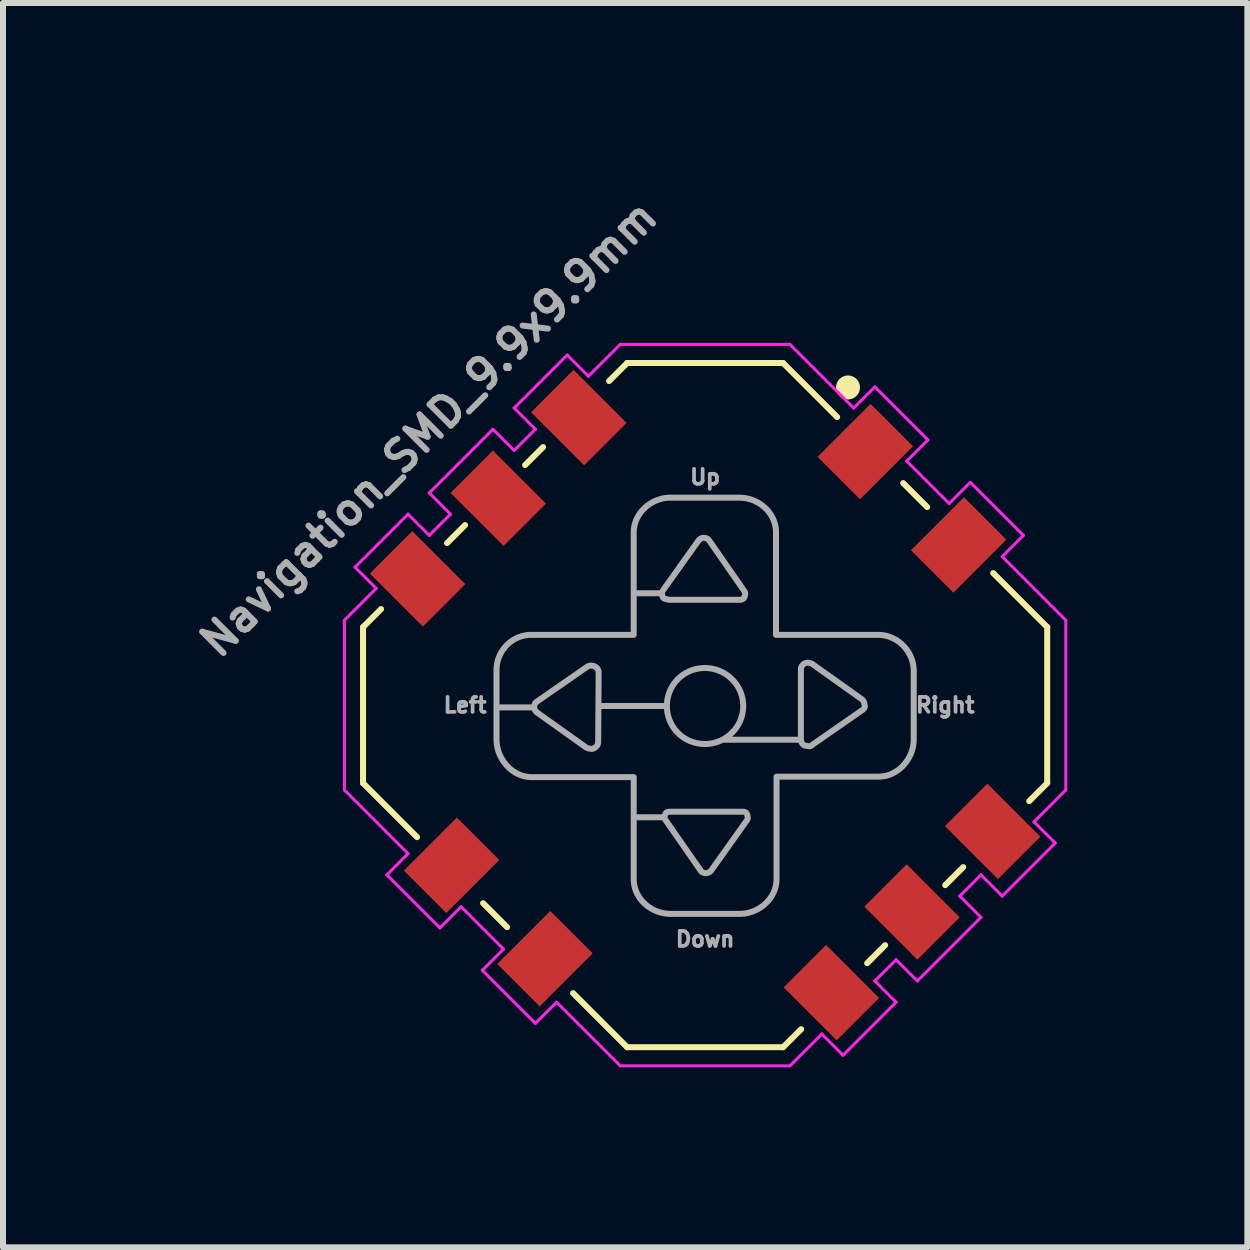
<source format=kicad_pcb>
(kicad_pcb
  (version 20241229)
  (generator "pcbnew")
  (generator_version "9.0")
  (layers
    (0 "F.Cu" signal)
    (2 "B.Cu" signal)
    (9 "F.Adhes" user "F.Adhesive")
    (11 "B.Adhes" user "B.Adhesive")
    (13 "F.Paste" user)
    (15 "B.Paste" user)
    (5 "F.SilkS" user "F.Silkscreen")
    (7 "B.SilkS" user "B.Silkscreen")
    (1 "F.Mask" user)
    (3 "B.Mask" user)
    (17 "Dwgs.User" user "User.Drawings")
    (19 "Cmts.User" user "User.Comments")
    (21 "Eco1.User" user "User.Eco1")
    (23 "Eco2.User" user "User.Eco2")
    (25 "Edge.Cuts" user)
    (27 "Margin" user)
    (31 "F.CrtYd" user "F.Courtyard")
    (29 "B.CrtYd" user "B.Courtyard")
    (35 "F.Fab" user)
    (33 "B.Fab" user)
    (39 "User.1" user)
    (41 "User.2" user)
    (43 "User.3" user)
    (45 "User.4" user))
  (footprint "Navigation_SMD_9.9x9.9mm"
    (layer "F.Cu")
    (at 8.699 8.699)
    (property "Reference" "Navigation_SMD_9.9x9.9mm" (at -4.4 -4.4 45) (layer "F.Fab") (effects (font (size 0.5 0.5) (thickness 0.1)) (justify bottom)))
    (attr smd)
    (fp_line (start -5.7 -1.3) (end -5.4 -1.6) (stroke (width 0.1) (type default)) (layer "F.SilkS"))
    (fp_line (start -5.7 1.3) (end -5.7 -1.3) (stroke (width 0.1) (type default)) (layer "F.SilkS"))
    (fp_line (start -4.8 2.2) (end -5.7 1.3) (stroke (width 0.1) (type default)) (layer "F.SilkS"))
    (fp_line (start -4 -3) (end -4.3 -2.7) (stroke (width 0.1) (type default)) (layer "F.SilkS"))
    (fp_line (start -3.3 3.7) (end -3.7 3.3) (stroke (width 0.1) (type default)) (layer "F.SilkS"))
    (fp_line (start -2.7 -4.3) (end -3 -4) (stroke (width 0.1) (type default)) (layer "F.SilkS"))
    (fp_line (start -1.6 -5.4) (end -1.3 -5.7) (stroke (width 0.1) (type default)) (layer "F.SilkS"))
    (fp_line (start -1.3 -5.7) (end 1.3 -5.7) (stroke (width 0.1) (type default)) (layer "F.SilkS"))
    (fp_line (start -1.3 5.7) (end -2.2 4.8) (stroke (width 0.1) (type default)) (layer "F.SilkS"))
    (fp_line (start 1.3 -5.7) (end 2.2 -4.8) (stroke (width 0.1) (type default)) (layer "F.SilkS"))
    (fp_line (start 1.3 5.7) (end -1.3 5.7) (stroke (width 0.1) (type default)) (layer "F.SilkS"))
    (fp_line (start 1.6 5.4) (end 1.3 5.7) (stroke (width 0.1) (type default)) (layer "F.SilkS"))
    (fp_line (start 3 4) (end 2.7 4.3) (stroke (width 0.1) (type default)) (layer "F.SilkS"))
    (fp_line (start 3.3 -3.7) (end 3.7 -3.3) (stroke (width 0.1) (type default)) (layer "F.SilkS"))
    (fp_line (start 4.3 2.7) (end 4 3) (stroke (width 0.1) (type default)) (layer "F.SilkS"))
    (fp_line (start 4.8 -2.2) (end 5.7 -1.3) (stroke (width 0.1) (type default)) (layer "F.SilkS"))
    (fp_line (start 5.7 -1.3) (end 5.7 1.3) (stroke (width 0.1) (type default)) (layer "F.SilkS"))
    (fp_line (start 5.7 1.3) (end 5.4 1.6) (stroke (width 0.1) (type default)) (layer "F.SilkS"))
    (fp_circle (center 2.381 -5.293) (end 2.281 -5.293) (stroke (width 0.2) (type solid)) (fill yes) (layer "F.SilkS"))
    (fp_line (start -6.01 -1.414) (end -5.48 -1.945) (stroke (width 0.05) (type default)) (layer "F.CrtYd"))
    (fp_line (start -6.01 1.414) (end -6.01 -1.414) (stroke (width 0.05) (type default)) (layer "F.CrtYd"))
    (fp_line (start -5.834 -2.298) (end -4.95 -3.182) (stroke (width 0.05) (type default)) (layer "F.CrtYd"))
    (fp_line (start -5.48 -1.945) (end -5.834 -2.298) (stroke (width 0.05) (type default)) (layer "F.CrtYd"))
    (fp_line (start -5.303 2.828) (end -4.95 2.475) (stroke (width 0.05) (type default)) (layer "F.CrtYd"))
    (fp_line (start -4.95 -3.182) (end -4.596 -2.828) (stroke (width 0.05) (type default)) (layer "F.CrtYd"))
    (fp_line (start -4.95 2.475) (end -6.01 1.414) (stroke (width 0.05) (type default)) (layer "F.CrtYd"))
    (fp_line (start -4.596 -3.536) (end -3.536 -4.596) (stroke (width 0.05) (type default)) (layer "F.CrtYd"))
    (fp_line (start -4.596 -2.828) (end -4.243 -3.182) (stroke (width 0.05) (type default)) (layer "F.CrtYd"))
    (fp_line (start -4.419 3.712) (end -5.303 2.828) (stroke (width 0.05) (type default)) (layer "F.CrtYd"))
    (fp_line (start -4.243 -3.182) (end -4.596 -3.536) (stroke (width 0.05) (type default)) (layer "F.CrtYd"))
    (fp_line (start -4.066 3.359) (end -4.419 3.712) (stroke (width 0.05) (type default)) (layer "F.CrtYd"))
    (fp_line (start -3.712 4.419) (end -3.359 4.066) (stroke (width 0.05) (type default)) (layer "F.CrtYd"))
    (fp_line (start -3.536 -4.596) (end -3.182 -4.243) (stroke (width 0.05) (type default)) (layer "F.CrtYd"))
    (fp_line (start -3.359 4.066) (end -4.066 3.359) (stroke (width 0.05) (type default)) (layer "F.CrtYd"))
    (fp_line (start -3.182 -4.95) (end -2.298 -5.834) (stroke (width 0.05) (type default)) (layer "F.CrtYd"))
    (fp_line (start -3.182 -4.243) (end -2.828 -4.596) (stroke (width 0.05) (type default)) (layer "F.CrtYd"))
    (fp_line (start -2.828 -4.596) (end -3.182 -4.95) (stroke (width 0.05) (type default)) (layer "F.CrtYd"))
    (fp_line (start -2.828 5.303) (end -3.712 4.419) (stroke (width 0.05) (type default)) (layer "F.CrtYd"))
    (fp_line (start -2.475 4.95) (end -2.828 5.303) (stroke (width 0.05) (type default)) (layer "F.CrtYd"))
    (fp_line (start -2.298 -5.834) (end -1.945 -5.48) (stroke (width 0.05) (type default)) (layer "F.CrtYd"))
    (fp_line (start -1.945 -5.48) (end -1.414 -6.01) (stroke (width 0.05) (type default)) (layer "F.CrtYd"))
    (fp_line (start -1.414 -6.01) (end 1.414 -6.01) (stroke (width 0.05) (type default)) (layer "F.CrtYd"))
    (fp_line (start -1.414 6.01) (end -2.475 4.95) (stroke (width 0.05) (type default)) (layer "F.CrtYd"))
    (fp_line (start 1.414 -6.01) (end 2.475 -4.95) (stroke (width 0.05) (type default)) (layer "F.CrtYd"))
    (fp_line (start 1.414 6.01) (end -1.414 6.01) (stroke (width 0.05) (type default)) (layer "F.CrtYd"))
    (fp_line (start 1.945 5.48) (end 1.414 6.01) (stroke (width 0.05) (type default)) (layer "F.CrtYd"))
    (fp_line (start 2.298 5.834) (end 1.945 5.48) (stroke (width 0.05) (type default)) (layer "F.CrtYd"))
    (fp_line (start 2.475 -4.95) (end 2.828 -5.303) (stroke (width 0.05) (type default)) (layer "F.CrtYd"))
    (fp_line (start 2.828 -5.303) (end 3.712 -4.419) (stroke (width 0.05) (type default)) (layer "F.CrtYd"))
    (fp_line (start 2.828 4.596) (end 3.182 4.95) (stroke (width 0.05) (type default)) (layer "F.CrtYd"))
    (fp_line (start 3.182 4.243) (end 2.828 4.596) (stroke (width 0.05) (type default)) (layer "F.CrtYd"))
    (fp_line (start 3.182 4.95) (end 2.298 5.834) (stroke (width 0.05) (type default)) (layer "F.CrtYd"))
    (fp_line (start 3.359 -4.066) (end 4.066 -3.359) (stroke (width 0.05) (type default)) (layer "F.CrtYd"))
    (fp_line (start 3.536 4.596) (end 3.182 4.243) (stroke (width 0.05) (type default)) (layer "F.CrtYd"))
    (fp_line (start 3.712 -4.419) (end 3.359 -4.066) (stroke (width 0.05) (type default)) (layer "F.CrtYd"))
    (fp_line (start 4.066 -3.359) (end 4.419 -3.712) (stroke (width 0.05) (type default)) (layer "F.CrtYd"))
    (fp_line (start 4.243 3.182) (end 4.596 3.536) (stroke (width 0.05) (type default)) (layer "F.CrtYd"))
    (fp_line (start 4.419 -3.712) (end 5.303 -2.828) (stroke (width 0.05) (type default)) (layer "F.CrtYd"))
    (fp_line (start 4.596 2.828) (end 4.243 3.182) (stroke (width 0.05) (type default)) (layer "F.CrtYd"))
    (fp_line (start 4.596 3.536) (end 3.536 4.596) (stroke (width 0.05) (type default)) (layer "F.CrtYd"))
    (fp_line (start 4.95 -2.475) (end 6.01 -1.414) (stroke (width 0.05) (type default)) (layer "F.CrtYd"))
    (fp_line (start 4.95 3.182) (end 4.596 2.828) (stroke (width 0.05) (type default)) (layer "F.CrtYd"))
    (fp_line (start 5.303 -2.828) (end 4.95 -2.475) (stroke (width 0.05) (type default)) (layer "F.CrtYd"))
    (fp_line (start 5.48 1.945) (end 5.834 2.298) (stroke (width 0.05) (type default)) (layer "F.CrtYd"))
    (fp_line (start 5.834 2.298) (end 4.95 3.182) (stroke (width 0.05) (type default)) (layer "F.CrtYd"))
    (fp_line (start 6.01 1.414) (end 5.48 1.945) (stroke (width 0.05) (type default)) (layer "F.CrtYd"))
    (fp_line (start 6.01 1.414) (end 6.01 -1.414) (stroke (width 0.05) (type default)) (layer "F.CrtYd"))
    (fp_poly (pts (xy 0.602 -3.456) (xy 0.631 -3.454) (xy 0.661 -3.45) (xy 0.69 -3.445) (xy 0.719 -3.439) (xy 0.747 -3.431) (xy 0.775 -3.422) (xy 0.802 -3.412) (xy 0.829 -3.401) (xy 0.855 -3.388) (xy 0.881 -3.374) (xy 0.906 -3.359) (xy 0.93 -3.343) (xy 0.953 -3.326) (xy 0.975 -3.308) (xy 0.997 -3.289) (xy 1.017 -3.27) (xy 1.037 -3.249) (xy 1.056 -3.227) (xy 1.073 -3.205) (xy 1.089 -3.181) (xy 1.104 -3.157) (xy 1.118 -3.132) (xy 1.131 -3.107) (xy 1.142 -3.08) (xy 1.152 -3.054) (xy 1.161 -3.026) (xy 1.168 -2.998) (xy 1.174 -2.969) (xy 1.178 -2.94) (xy 1.18 -2.911) (xy 1.181 -2.881) (xy 1.181 -1.171) (xy 2.883 -1.171) (xy 2.883 -1.171) (xy 2.883 -1.171) (xy 2.883 -1.171) (xy 2.913 -1.17) (xy 2.942 -1.168) (xy 2.972 -1.164) (xy 3 -1.158) (xy 3.029 -1.152) (xy 3.056 -1.144) (xy 3.084 -1.134) (xy 3.11 -1.123) (xy 3.136 -1.111) (xy 3.161 -1.098) (xy 3.186 -1.084) (xy 3.21 -1.068) (xy 3.233 -1.052) (xy 3.255 -1.034) (xy 3.276 -1.016) (xy 3.297 -0.996) (xy 3.316 -0.976) (xy 3.335 -0.954) (xy 3.353 -0.932) (xy 3.369 -0.909) (xy 3.385 -0.885) (xy 3.399 -0.861) (xy 3.412 -0.836) (xy 3.425 -0.81) (xy 3.436 -0.784) (xy 3.445 -0.757) (xy 3.454 -0.729) (xy 3.461 -0.702) (xy 3.467 -0.673) (xy 3.471 -0.645) (xy 3.474 -0.616) (xy 3.476 -0.586) (xy 3.476 0.573) (xy 3.475 0.604) (xy 3.473 0.633) (xy 3.469 0.663) (xy 3.464 0.692) (xy 3.457 0.721) (xy 3.449 0.75) (xy 3.44 0.778) (xy 3.43 0.806) (xy 3.418 0.833) (xy 3.405 0.859) (xy 3.391 0.885) (xy 3.376 0.91) (xy 3.359 0.935) (xy 3.342 0.958) (xy 3.323 0.981) (xy 3.304 1.003) (xy 3.284 1.024) (xy 3.263 1.044) (xy 3.241 1.063) (xy 3.218 1.081) (xy 3.194 1.097) (xy 3.169 1.113) (xy 3.144 1.127) (xy 3.118 1.14) (xy 3.092 1.152) (xy 3.065 1.162) (xy 3.037 1.171) (xy 3.009 1.178) (xy 2.98 1.184) (xy 2.951 1.188) (xy 2.921 1.191) (xy 2.891 1.192) (xy 1.19 1.192) (xy 1.19 2.902) (xy 1.189 2.931) (xy 1.186 2.96) (xy 1.182 2.988) (xy 1.177 3.016) (xy 1.169 3.044) (xy 1.161 3.071) (xy 1.151 3.098) (xy 1.14 3.124) (xy 1.127 3.149) (xy 1.113 3.174) (xy 1.098 3.198) (xy 1.082 3.222) (xy 1.064 3.244) (xy 1.046 3.266) (xy 1.026 3.287) (xy 1.005 3.307) (xy 0.984 3.326) (xy 0.962 3.345) (xy 0.938 3.362) (xy 0.914 3.378) (xy 0.889 3.393) (xy 0.864 3.407) (xy 0.838 3.42) (xy 0.811 3.432) (xy 0.784 3.442) (xy 0.756 3.451) (xy 0.727 3.459) (xy 0.699 3.466) (xy 0.669 3.471) (xy 0.64 3.475) (xy 0.61 3.477) (xy 0.58 3.478) (xy -0.58 3.478) (xy -0.61 3.477) (xy -0.64 3.475) (xy -0.669 3.471) (xy -0.699 3.466) (xy -0.727 3.46) (xy -0.756 3.452) (xy -0.784 3.443) (xy -0.811 3.433) (xy -0.838 3.421) (xy -0.864 3.409) (xy -0.889 3.395) (xy -0.914 3.38) (xy -0.938 3.364) (xy -0.962 3.347) (xy -0.984 3.329) (xy -1.005 3.31) (xy -1.026 3.29) (xy -1.046 3.27) (xy -1.064 3.248) (xy -1.082 3.225) (xy -1.098 3.202) (xy -1.113 3.178) (xy -1.127 3.153) (xy -1.14 3.127) (xy -1.151 3.101) (xy -1.161 3.074) (xy -1.169 3.047) (xy -1.177 3.019) (xy -1.182 2.99) (xy -1.186 2.961) (xy -1.189 2.932) (xy -1.19 2.902) (xy -1.19 1.866) (xy -0.676 1.866) (xy -0.676 1.869) (xy -0.676 1.872) (xy -0.676 1.875) (xy -0.676 1.878) (xy -0.675 1.881) (xy -0.675 1.884) (xy -0.674 1.887) (xy -0.673 1.89) (xy -0.672 1.893) (xy -0.671 1.895) (xy -0.668 1.901) (xy -0.665 1.907) (xy -0.661 1.913) (xy -0.656 1.92) (xy -0.08 2.749) (xy -0.079 2.753) (xy -0.077 2.756) (xy -0.075 2.758) (xy -0.073 2.761) (xy -0.071 2.764) (xy -0.068 2.767) (xy -0.064 2.772) (xy -0.058 2.776) (xy -0.053 2.78) (xy -0.047 2.784) (xy -0.04 2.787) (xy -0.034 2.79) (xy -0.027 2.793) (xy -0.021 2.795) (xy -0.014 2.797) (xy -0.007 2.798) (xy -0.000378 2.799) (xy 0.006 2.8) (xy 0.013 2.8) (xy 0.019 2.8) (xy 0.025 2.799) (xy 0.032 2.798) (xy 0.038 2.797) (xy 0.044 2.795) (xy 0.05 2.793) (xy 0.056 2.79) (xy 0.062 2.787) (xy 0.068 2.784) (xy 0.074 2.78) (xy 0.08 2.776) (xy 0.085 2.772) (xy 0.091 2.767) (xy 0.096 2.761) (xy 0.101 2.756) (xy 0.106 2.749) (xy 0.69 1.928) (xy 0.69 1.928) (xy 0.69 1.928) (xy 0.69 1.928) (xy 0.694 1.922) (xy 0.698 1.916) (xy 0.702 1.91) (xy 0.704 1.904) (xy 0.707 1.898) (xy 0.708 1.892) (xy 0.709 1.886) (xy 0.71 1.879) (xy 0.71 1.873) (xy 0.71 1.866) (xy 0.709 1.859) (xy 0.708 1.852) (xy 0.706 1.844) (xy 0.704 1.836) (xy 0.701 1.827) (xy 0.698 1.818) (xy 0.697 1.814) (xy 0.695 1.811) (xy 0.693 1.807) (xy 0.691 1.804) (xy 0.689 1.801) (xy 0.687 1.798) (xy 0.685 1.796) (xy 0.683 1.794) (xy 0.68 1.791) (xy 0.678 1.789) (xy 0.675 1.788) (xy 0.672 1.786) (xy 0.669 1.785) (xy 0.666 1.783) (xy 0.66 1.781) (xy 0.654 1.779) (xy 0.647 1.778) (xy 0.64 1.777) (xy 0.632 1.776) (xy 0.624 1.776) (xy 0.615 1.776) (xy 0.597 1.776) (xy -0.563 1.776) (xy -0.581 1.776) (xy -0.59 1.776) (xy -0.598 1.776) (xy -0.606 1.777) (xy -0.613 1.778) (xy -0.617 1.779) (xy -0.62 1.779) (xy -0.623 1.78) (xy -0.627 1.781) (xy -0.63 1.782) (xy -0.633 1.783) (xy -0.636 1.785) (xy -0.638 1.786) (xy -0.641 1.788) (xy -0.644 1.789) (xy -0.646 1.791) (xy -0.649 1.794) (xy -0.651 1.796) (xy -0.653 1.798) (xy -0.656 1.801) (xy -0.658 1.804) (xy -0.659 1.807) (xy -0.661 1.811) (xy -0.663 1.814) (xy -0.665 1.818) (xy -0.668 1.826) (xy -0.67 1.833) (xy -0.672 1.84) (xy -0.674 1.847) (xy -0.675 1.854) (xy -0.676 1.86) (xy -0.676 1.866) (xy -1.19 1.866) (xy -1.19 1.2) (xy -2.9 1.2) (xy -2.93 1.198) (xy -2.959 1.195) (xy -2.988 1.19) (xy -3.017 1.184) (xy -3.045 1.176) (xy -3.072 1.167) (xy -3.099 1.156) (xy -3.126 1.144) (xy -3.151 1.13) (xy -3.176 1.116) (xy -3.2 1.1) (xy -3.223 1.083) (xy -3.246 1.065) (xy -3.268 1.046) (xy -3.288 1.025) (xy -3.308 1.004) (xy -3.327 0.982) (xy -3.345 0.959) (xy -3.362 0.935) (xy -3.378 0.911) (xy -3.393 0.886) (xy -3.407 0.86) (xy -3.419 0.833) (xy -3.431 0.806) (xy -3.441 0.778) (xy -3.45 0.75) (xy -3.458 0.721) (xy -3.464 0.692) (xy -3.469 0.663) (xy -3.473 0.633) (xy -3.475 0.604) (xy -3.476 0.573) (xy -3.476 0.032) (xy -2.849 0.032) (xy -2.849 0.038) (xy -2.848 0.044) (xy -2.847 0.051) (xy -2.846 0.057) (xy -2.844 0.063) (xy -2.842 0.069) (xy -2.839 0.075) (xy -2.836 0.081) (xy -2.833 0.087) (xy -2.829 0.093) (xy -2.825 0.099) (xy -2.82 0.104) (xy -2.816 0.11) (xy -2.81 0.115) (xy -2.804 0.12) (xy -2.798 0.125) (xy -1.977 0.709) (xy -1.97 0.712) (xy -1.963 0.715) (xy -1.959 0.717) (xy -1.955 0.718) (xy -1.951 0.719) (xy -1.946 0.721) (xy -1.942 0.722) (xy -1.937 0.723) (xy -1.933 0.724) (xy -1.928 0.724) (xy -1.923 0.725) (xy -1.919 0.725) (xy -1.914 0.726) (xy -1.909 0.726) (xy -1.908 0.727) (xy -1.906 0.727) (xy -1.904 0.728) (xy -1.903 0.728) (xy -1.901 0.729) (xy -1.899 0.729) (xy -1.895 0.729) (xy -1.891 0.729) (xy -1.888 0.729) (xy -1.884 0.729) (xy -1.88 0.728) (xy -1.876 0.727) (xy -1.872 0.726) (xy -1.868 0.725) (xy -1.864 0.723) (xy -1.86 0.722) (xy -1.857 0.721) (xy -1.853 0.719) (xy -1.85 0.717) (xy -1.844 0.714) (xy -1.837 0.71) (xy -1.831 0.706) (xy -1.825 0.702) (xy -1.819 0.697) (xy -1.814 0.691) (xy -1.808 0.685) (xy -1.803 0.679) (xy -1.799 0.673) (xy -1.795 0.666) (xy -1.791 0.658) (xy -1.788 0.651) (xy -1.787 0.647) (xy -1.786 0.643) (xy -1.785 0.638) (xy -1.784 0.634) (xy -1.783 0.63) (xy -1.783 0.625) (xy -1.782 0.62) (xy -1.782 0.616) (xy -1.778 0.015) (xy -0.637 0.015) (xy -0.636 0.045) (xy -0.634 0.076) (xy -0.631 0.106) (xy -0.626 0.136) (xy -0.619 0.166) (xy -0.611 0.196) (xy -0.602 0.225) (xy -0.591 0.254) (xy -0.579 0.283) (xy -0.565 0.31) (xy -0.55 0.338) (xy -0.534 0.364) (xy -0.516 0.39) (xy -0.496 0.416) (xy -0.475 0.44) (xy -0.453 0.463) (xy -0.43 0.486) (xy -0.405 0.507) (xy -0.38 0.526) (xy -0.354 0.544) (xy -0.327 0.56) (xy -0.3 0.576) (xy -0.272 0.589) (xy -0.244 0.602) (xy -0.215 0.612) (xy -0.185 0.622) (xy -0.156 0.63) (xy -0.126 0.636) (xy -0.096 0.641) (xy -0.065 0.645) (xy -0.035 0.647) (xy -0.004 0.648) (xy 0.026 0.647) (xy 0.057 0.645) (xy 0.087 0.641) (xy 0.117 0.636) (xy 0.147 0.63) (xy 0.177 0.622) (xy 0.206 0.612) (xy 0.235 0.602) (xy 0.264 0.589) (xy 0.292 0.576) (xy 0.295 0.573) (xy 1.596 0.573) (xy 1.596 0.577) (xy 1.596 0.581) (xy 1.597 0.585) (xy 1.597 0.589) (xy 1.598 0.593) (xy 1.599 0.597) (xy 1.599 0.601) (xy 1.601 0.605) (xy 1.602 0.609) (xy 1.603 0.612) (xy 1.605 0.616) (xy 1.606 0.62) (xy 1.608 0.623) (xy 1.61 0.627) (xy 1.612 0.63) (xy 1.614 0.634) (xy 1.616 0.637) (xy 1.619 0.64) (xy 1.621 0.644) (xy 1.624 0.647) (xy 1.626 0.65) (xy 1.629 0.653) (xy 1.632 0.655) (xy 1.635 0.658) (xy 1.638 0.661) (xy 1.642 0.663) (xy 1.645 0.665) (xy 1.649 0.668) (xy 1.652 0.67) (xy 1.656 0.672) (xy 1.66 0.673) (xy 1.664 0.675) (xy 1.667 0.675) (xy 1.671 0.675) (xy 1.675 0.676) (xy 1.679 0.676) (xy 1.688 0.678) (xy 1.696 0.679) (xy 1.712 0.682) (xy 1.719 0.683) (xy 1.721 0.683) (xy 1.723 0.684) (xy 1.725 0.684) (xy 1.728 0.685) (xy 1.73 0.685) (xy 1.732 0.686) (xy 1.735 0.686) (xy 1.737 0.686) (xy 1.739 0.686) (xy 1.742 0.686) (xy 1.744 0.685) (xy 1.746 0.685) (xy 1.749 0.684) (xy 1.751 0.684) (xy 1.753 0.683) (xy 1.756 0.682) (xy 1.76 0.68) (xy 1.764 0.678) (xy 1.768 0.676) (xy 1.773 0.673) (xy 1.777 0.67) (xy 1.78 0.667) (xy 1.784 0.664) (xy 1.787 0.661) (xy 1.791 0.658) (xy 2.62 0.082) (xy 2.62 0.082) (xy 2.62 0.082) (xy 2.62 0.082) (xy 2.62 0.082) (xy 2.62 0.082) (xy 2.62 0.082) (xy 2.62 0.082) (xy 2.627 0.078) (xy 2.632 0.073) (xy 2.638 0.068) (xy 2.642 0.063) (xy 2.647 0.058) (xy 2.65 0.053) (xy 2.652 0.05) (xy 2.654 0.048) (xy 2.655 0.045) (xy 2.656 0.042) (xy 2.658 0.039) (xy 2.658 0.036) (xy 2.659 0.034) (xy 2.66 0.031) (xy 2.66 0.028) (xy 2.661 0.024) (xy 2.661 0.021) (xy 2.661 0.018) (xy 2.661 0.015) (xy 2.66 0.011) (xy 2.66 0.008) (xy 2.659 0.004) (xy 2.658 0.001) (xy 2.657 -0.003) (xy 2.656 -0.007) (xy 2.654 -0.011) (xy 2.654 -0.017) (xy 2.653 -0.023) (xy 2.652 -0.03) (xy 2.651 -0.036) (xy 2.649 -0.042) (xy 2.647 -0.048) (xy 2.645 -0.055) (xy 2.642 -0.06) (xy 2.638 -0.066) (xy 2.634 -0.072) (xy 2.63 -0.078) (xy 2.626 -0.083) (xy 2.621 -0.089) (xy 2.615 -0.094) (xy 2.61 -0.099) (xy 2.603 -0.104) (xy 1.782 -0.688) (xy 1.776 -0.691) (xy 1.769 -0.694) (xy 1.762 -0.697) (xy 1.755 -0.699) (xy 1.748 -0.701) (xy 1.741 -0.703) (xy 1.734 -0.704) (xy 1.726 -0.705) (xy 1.719 -0.706) (xy 1.711 -0.706) (xy 1.703 -0.706) (xy 1.695 -0.705) (xy 1.687 -0.704) (xy 1.68 -0.702) (xy 1.672 -0.699) (xy 1.664 -0.697) (xy 1.657 -0.693) (xy 1.651 -0.689) (xy 1.645 -0.685) (xy 1.639 -0.681) (xy 1.633 -0.676) (xy 1.627 -0.67) (xy 1.622 -0.665) (xy 1.617 -0.658) (xy 1.613 -0.652) (xy 1.608 -0.645) (xy 1.605 -0.638) (xy 1.602 -0.63) (xy 1.6 -0.626) (xy 1.599 -0.622) (xy 1.598 -0.618) (xy 1.597 -0.613) (xy 1.597 -0.609) (xy 1.596 -0.604) (xy 1.596 -0.6) (xy 1.596 -0.595) (xy 1.596 0.573) (xy 0.295 0.573) (xy 0.319 0.56) (xy 0.345 0.544) (xy 0.371 0.526) (xy 0.397 0.507) (xy 0.421 0.486) (xy 0.444 0.463) (xy 0.468 0.44) (xy 0.489 0.416) (xy 0.509 0.39) (xy 0.528 0.364) (xy 0.545 0.338) (xy 0.561 0.31) (xy 0.575 0.283) (xy 0.587 0.254) (xy 0.599 0.225) (xy 0.608 0.196) (xy 0.616 0.166) (xy 0.623 0.136) (xy 0.628 0.106) (xy 0.632 0.076) (xy 0.634 0.045) (xy 0.635 0.015) (xy 0.634 -0.016) (xy 0.632 -0.046) (xy 0.628 -0.077) (xy 0.623 -0.107) (xy 0.616 -0.137) (xy 0.608 -0.167) (xy 0.599 -0.196) (xy 0.587 -0.225) (xy 0.575 -0.253) (xy 0.561 -0.281) (xy 0.545 -0.308) (xy 0.528 -0.335) (xy 0.509 -0.361) (xy 0.489 -0.386) (xy 0.468 -0.411) (xy 0.444 -0.434) (xy 0.421 -0.456) (xy 0.397 -0.477) (xy 0.371 -0.497) (xy 0.345 -0.515) (xy 0.319 -0.531) (xy 0.292 -0.546) (xy 0.264 -0.56) (xy 0.235 -0.572) (xy 0.206 -0.583) (xy 0.177 -0.592) (xy 0.147 -0.6) (xy 0.117 -0.607) (xy 0.087 -0.612) (xy 0.057 -0.615) (xy 0.026 -0.618) (xy -0.004 -0.618) (xy -0.035 -0.618) (xy -0.065 -0.615) (xy -0.096 -0.612) (xy -0.126 -0.607) (xy -0.156 -0.6) (xy -0.185 -0.592) (xy -0.215 -0.583) (xy -0.244 -0.572) (xy -0.272 -0.56) (xy -0.3 -0.546) (xy -0.327 -0.531) (xy -0.354 -0.515) (xy -0.38 -0.497) (xy -0.405 -0.477) (xy -0.43 -0.456) (xy -0.453 -0.434) (xy -0.475 -0.411) (xy -0.496 -0.386) (xy -0.516 -0.361) (xy -0.534 -0.335) (xy -0.55 -0.308) (xy -0.565 -0.281) (xy -0.579 -0.253) (xy -0.591 -0.225) (xy -0.602 -0.196) (xy -0.611 -0.167) (xy -0.619 -0.137) (xy -0.626 -0.107) (xy -0.631 -0.077) (xy -0.634 -0.046) (xy -0.636 -0.016) (xy -0.637 0.015) (xy -1.778 0.015) (xy -1.774 -0.544) (xy -1.774 -0.548) (xy -1.774 -0.552) (xy -1.774 -0.556) (xy -1.775 -0.56) (xy -1.776 -0.564) (xy -1.776 -0.568) (xy -1.777 -0.572) (xy -1.778 -0.575) (xy -1.78 -0.579) (xy -1.781 -0.583) (xy -1.782 -0.587) (xy -1.784 -0.59) (xy -1.786 -0.594) (xy -1.788 -0.598) (xy -1.79 -0.601) (xy -1.792 -0.604) (xy -1.794 -0.608) (xy -1.796 -0.611) (xy -1.799 -0.614) (xy -1.801 -0.617) (xy -1.804 -0.62) (xy -1.807 -0.623) (xy -1.81 -0.626) (xy -1.813 -0.629) (xy -1.816 -0.631) (xy -1.82 -0.634) (xy -1.823 -0.636) (xy -1.826 -0.638) (xy -1.83 -0.64) (xy -1.834 -0.642) (xy -1.838 -0.644) (xy -1.842 -0.646) (xy -1.848 -0.649) (xy -1.855 -0.651) (xy -1.863 -0.653) (xy -1.871 -0.655) (xy -1.879 -0.656) (xy -1.888 -0.657) (xy -1.896 -0.658) (xy -1.905 -0.657) (xy -1.914 -0.657) (xy -1.922 -0.656) (xy -1.931 -0.654) (xy -1.939 -0.652) (xy -1.947 -0.649) (xy -1.955 -0.646) (xy -1.962 -0.642) (xy -1.965 -0.64) (xy -1.969 -0.637) (xy -2.798 -0.062) (xy -2.801 -0.06) (xy -2.804 -0.058) (xy -2.807 -0.056) (xy -2.81 -0.054) (xy -2.813 -0.052) (xy -2.816 -0.05) (xy -2.82 -0.045) (xy -2.825 -0.039) (xy -2.829 -0.034) (xy -2.833 -0.028) (xy -2.836 -0.021) (xy -2.839 -0.015) (xy -2.842 -0.008) (xy -2.844 -0.002) (xy -2.846 0.005) (xy -2.847 0.012) (xy -2.848 0.019) (xy -2.849 0.025) (xy -2.849 0.032) (xy -3.476 0.032) (xy -3.476 -0.586) (xy -3.475 -0.616) (xy -3.473 -0.645) (xy -3.469 -0.673) (xy -3.464 -0.702) (xy -3.458 -0.729) (xy -3.45 -0.757) (xy -3.441 -0.784) (xy -3.431 -0.81) (xy -3.419 -0.836) (xy -3.407 -0.861) (xy -3.393 -0.885) (xy -3.378 -0.909) (xy -3.362 -0.932) (xy -3.345 -0.954) (xy -3.327 -0.976) (xy -3.308 -0.996) (xy -3.288 -1.016) (xy -3.268 -1.034) (xy -3.246 -1.052) (xy -3.223 -1.068) (xy -3.2 -1.084) (xy -3.176 -1.098) (xy -3.151 -1.111) (xy -3.126 -1.123) (xy -3.099 -1.134) (xy -3.072 -1.144) (xy -3.045 -1.152) (xy -3.017 -1.158) (xy -2.988 -1.164) (xy -2.959 -1.168) (xy -2.93 -1.17) (xy -2.9 -1.171) (xy -1.19 -1.171) (xy -1.19 -1.857) (xy -0.719 -1.857) (xy -0.718 -1.85) (xy -0.718 -1.843) (xy -0.716 -1.836) (xy -0.715 -1.829) (xy -0.713 -1.821) (xy -0.71 -1.814) (xy -0.707 -1.806) (xy -0.707 -1.806) (xy -0.705 -1.802) (xy -0.704 -1.798) (xy -0.702 -1.795) (xy -0.7 -1.792) (xy -0.697 -1.789) (xy -0.695 -1.787) (xy -0.692 -1.784) (xy -0.69 -1.782) (xy -0.687 -1.78) (xy -0.684 -1.779) (xy -0.682 -1.777) (xy -0.679 -1.775) (xy -0.672 -1.773) (xy -0.666 -1.771) (xy -0.659 -1.769) (xy -0.652 -1.767) (xy -0.637 -1.764) (xy -0.629 -1.762) (xy -0.621 -1.76) (xy -0.613 -1.758) (xy -0.605 -1.755) (xy 0.555 -1.755) (xy 0.57 -1.755) (xy 0.578 -1.755) (xy 0.586 -1.756) (xy 0.593 -1.756) (xy 0.601 -1.758) (xy 0.604 -1.758) (xy 0.608 -1.759) (xy 0.611 -1.76) (xy 0.615 -1.761) (xy 0.618 -1.763) (xy 0.621 -1.764) (xy 0.625 -1.766) (xy 0.628 -1.767) (xy 0.631 -1.769) (xy 0.634 -1.771) (xy 0.636 -1.774) (xy 0.639 -1.776) (xy 0.642 -1.779) (xy 0.644 -1.782) (xy 0.646 -1.785) (xy 0.649 -1.789) (xy 0.651 -1.793) (xy 0.653 -1.797) (xy 0.654 -1.801) (xy 0.656 -1.806) (xy 0.659 -1.813) (xy 0.662 -1.821) (xy 0.664 -1.828) (xy 0.666 -1.835) (xy 0.667 -1.841) (xy 0.668 -1.848) (xy 0.668 -1.854) (xy 0.668 -1.857) (xy 0.668 -1.86) (xy 0.668 -1.863) (xy 0.667 -1.866) (xy 0.667 -1.869) (xy 0.666 -1.871) (xy 0.665 -1.874) (xy 0.664 -1.877) (xy 0.663 -1.88) (xy 0.662 -1.883) (xy 0.659 -1.889) (xy 0.656 -1.895) (xy 0.652 -1.901) (xy 0.648 -1.907) (xy 0.072 -2.737) (xy 0.07 -2.74) (xy 0.068 -2.743) (xy 0.067 -2.746) (xy 0.064 -2.749) (xy 0.062 -2.752) (xy 0.06 -2.754) (xy 0.055 -2.759) (xy 0.05 -2.764) (xy 0.044 -2.768) (xy 0.038 -2.772) (xy 0.032 -2.775) (xy 0.025 -2.778) (xy 0.019 -2.781) (xy 0.012 -2.783) (xy 0.005 -2.785) (xy -0.001 -2.786) (xy -0.008 -2.787) (xy -0.015 -2.788) (xy -0.021 -2.788) (xy -0.028 -2.788) (xy -0.034 -2.787) (xy -0.04 -2.786) (xy -0.046 -2.785) (xy -0.053 -2.783) (xy -0.059 -2.781) (xy -0.065 -2.778) (xy -0.071 -2.775) (xy -0.077 -2.772) (xy -0.083 -2.768) (xy -0.088 -2.764) (xy -0.094 -2.759) (xy -0.099 -2.754) (xy -0.104 -2.749) (xy -0.109 -2.743) (xy -0.114 -2.737) (xy -0.699 -1.916) (xy -0.703 -1.909) (xy -0.707 -1.903) (xy -0.71 -1.897) (xy -0.713 -1.89) (xy -0.715 -1.884) (xy -0.717 -1.877) (xy -0.718 -1.871) (xy -0.719 -1.864) (xy -0.719 -1.857) (xy -1.19 -1.857) (xy -1.19 -2.881) (xy -1.189 -2.91) (xy -1.186 -2.939) (xy -1.182 -2.968) (xy -1.177 -2.996) (xy -1.169 -3.023) (xy -1.161 -3.05) (xy -1.151 -3.077) (xy -1.14 -3.103) (xy -1.127 -3.129) (xy -1.113 -3.153) (xy -1.098 -3.177) (xy -1.082 -3.201) (xy -1.064 -3.223) (xy -1.046 -3.245) (xy -1.026 -3.266) (xy -1.005 -3.286) (xy -0.984 -3.305) (xy -0.962 -3.324) (xy -0.938 -3.341) (xy -0.914 -3.357) (xy -0.889 -3.372) (xy -0.864 -3.386) (xy -0.838 -3.399) (xy -0.811 -3.411) (xy -0.784 -3.421) (xy -0.756 -3.43) (xy -0.727 -3.438) (xy -0.699 -3.445) (xy -0.669 -3.45) (xy -0.64 -3.454) (xy -0.61 -3.456) (xy -0.58 -3.457) (xy 0.571 -3.457)) (stroke (width 0.1) (type solid)) (fill no) (layer "F.Fab"))
    (fp_line (start -5.692 -1.308) (end -5.692 1.308) (stroke (width 0.1) (type default)) (layer "User.1"))
    (fp_line (start -4.879 -0.742) (end -4.879 0.035) (stroke (width 0.05) (type default)) (layer "User.1"))
    (fp_line (start -4.879 0.035) (end -5.18 0.336) (stroke (width 0.05) (type default)) (layer "User.1"))
    (fp_line (start -4.879 0.53) (end -4.879 1.308) (stroke (width 0.05) (type default)) (layer "User.1"))
    (fp_line (start -2.828 -2.828) (end -2.475 -2.475) (stroke (width 0.05) (type default)) (layer "User.1"))
    (fp_line (start -1.945 -1.945) (end -2.652 -1.945) (stroke (width 0.05) (type default)) (layer "User.1"))
    (fp_line (start -1.308 -5.692) (end -5.692 -1.308) (stroke (width 0.1) (type default)) (layer "User.1"))
    (fp_line (start -1.308 -5.692) (end 1.308 -5.692) (stroke (width 0.1) (type default)) (layer "User.1"))
    (fp_line (start -1.308 5.692) (end -5.692 1.308) (stroke (width 0.1) (type default)) (layer "User.1"))
    (fp_line (start -1.308 5.692) (end 1.308 5.692) (stroke (width 0.1) (type default)) (layer "User.1"))
    (fp_line (start -1.273 4.879) (end -0.495 4.879) (stroke (width 0.05) (type default)) (layer "User.1"))
    (fp_line (start -0.495 4.879) (end -0.194 5.18) (stroke (width 0.05) (type default)) (layer "User.1"))
    (fp_line (start -0.053 -4.826) (end -0.831 -4.826) (stroke (width 0.05) (type default)) (layer "User.1"))
    (fp_line (start 0 4.879) (end 0.778 4.879) (stroke (width 0.05) (type default)) (layer "User.1"))
    (fp_line (start 0.442 -4.826) (end 0.141 -5.127) (stroke (width 0.05) (type default)) (layer "User.1"))
    (fp_line (start 1.22 -4.826) (end 0.442 -4.826) (stroke (width 0.05) (type default)) (layer "User.1"))
    (fp_line (start 1.308 -5.692) (end 5.692 -1.308) (stroke (width 0.1) (type default)) (layer "User.1"))
    (fp_line (start 2.652 2.652) (end -1.945 -1.945) (stroke (width 0.05) (type default)) (layer "User.1"))
    (fp_line (start 4.879 -0.672) (end 4.879 -1.45) (stroke (width 0.05) (type default)) (layer "User.1"))
    (fp_line (start 4.879 -0.177) (end 5.18 -0.477) (stroke (width 0.05) (type default)) (layer "User.1"))
    (fp_line (start 4.879 0.601) (end 4.879 -0.177) (stroke (width 0.05) (type default)) (layer "User.1"))
    (fp_line (start 5.692 -1.308) (end 5.692 1.308) (stroke (width 0.1) (type default)) (layer "User.1"))
    (fp_line (start 5.692 1.308) (end 1.308 5.692) (stroke (width 0.1) (type default)) (layer "User.1"))
    (fp_circle (center -3.394 0) (end -2.652 -0.742) (stroke (width 0.05) (type default)) (fill no) (layer "User.1"))
    (fp_circle (center 0 -3.394) (end 0.742 -4.137) (stroke (width 0.05) (type default)) (fill no) (layer "User.1"))
    (fp_circle (center 0 0) (end 0.707 -0.707) (stroke (width 0.05) (type default)) (fill no) (layer "User.1"))
    (fp_circle (center 0 3.394) (end 0.742 2.652) (stroke (width 0.05) (type default)) (fill no) (layer "User.1"))
    (fp_circle (center 3.394 0) (end 4.137 -0.742) (stroke (width 0.05) (type default)) (fill no) (layer "User.1"))
    (fp_text user "Up" (at 0 -3.8 0) (unlocked yes) (layer "F.Fab") (effects (font (size 0.25 0.25) (thickness 0.062))))
    (fp_text user "Down" (at 0 3.9 0) (unlocked yes) (layer "F.Fab") (effects (font (size 0.25 0.25) (thickness 0.062))))
    (fp_text user "Left" (at -4 0 0) (unlocked yes) (layer "F.Fab") (effects (font (size 0.25 0.25) (thickness 0.062))))
    (fp_text user "Right" (at 4 0 0) (unlocked yes) (layer "F.Fab") (effects (font (size 0.25 0.25) (thickness 0.062))))
    (pad "1" smd rect (at 2.669 -4.225 135) (size 1 1.25) (layers "F.Cu" "F.Mask" "F.Paste"))
    (pad "2" smd rect (at 4.225 -2.669 135) (size 1 1.25) (layers "F.Cu" "F.Mask" "F.Paste"))
    (pad "3" smd rect (at 4.791 2.104 225) (size 1 1.25) (layers "F.Cu" "F.Mask" "F.Paste"))
    (pad "4" smd rect (at 3.447 3.447 225) (size 1 1.25) (layers "F.Cu" "F.Mask" "F.Paste"))
    (pad "5" smd rect (at 2.104 4.791 225) (size 1 1.25) (layers "F.Cu" "F.Mask" "F.Paste"))
    (pad "6" smd rect (at -2.669 4.225 315) (size 1 1.25) (layers "F.Cu" "F.Mask" "F.Paste"))
    (pad "7" smd rect (at -4.225 2.669 315) (size 1 1.25) (layers "F.Cu" "F.Mask" "F.Paste"))
    (pad "8" smd rect (at -4.791 -2.104 45) (size 1 1.25) (layers "F.Cu" "F.Mask" "F.Paste"))
    (pad "9" smd rect (at -3.447 -3.447 45) (size 1 1.25) (layers "F.Cu" "F.Mask" "F.Paste"))
    (pad "10" smd rect (at -2.104 -4.791 45) (size 1 1.25) (layers "F.Cu" "F.Mask" "F.Paste")))
  (gr_rect
    (start -3 -3)
    (end 17.734 17.734)
    (stroke (width 0.1) (type default))
    (fill no)
    (layer "Edge.Cuts")))
</source>
